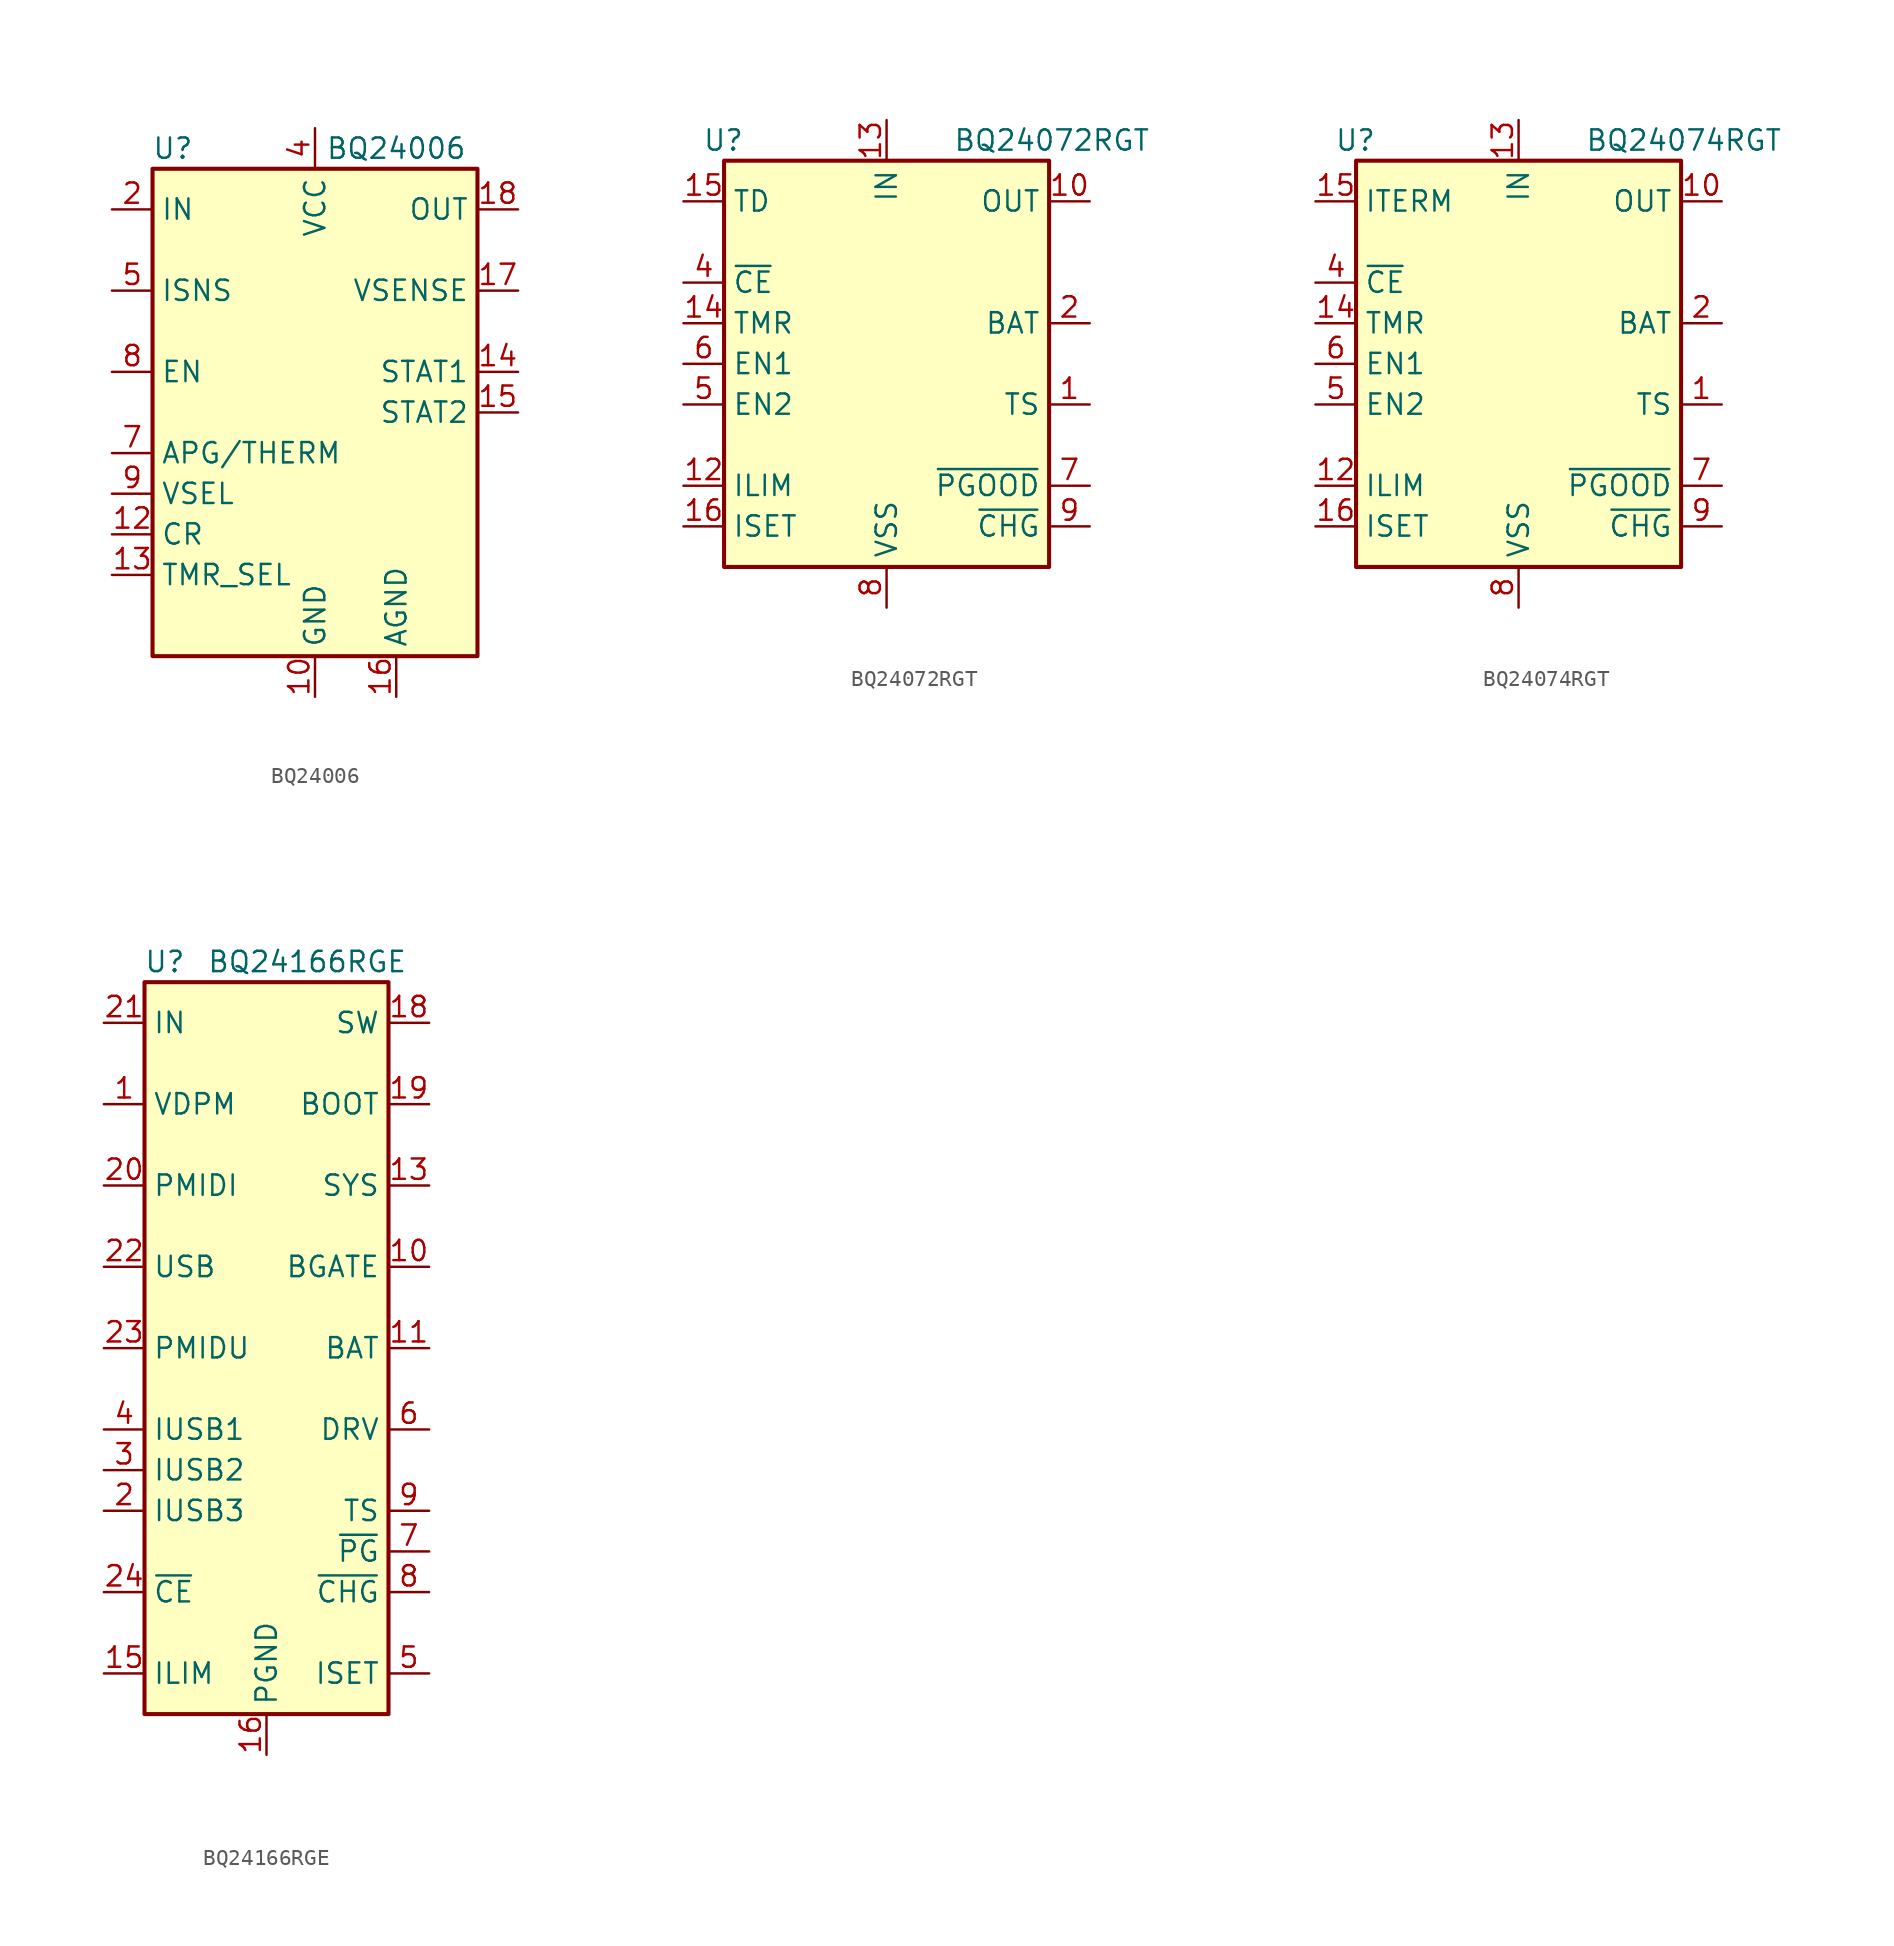
<source format=kicad_sym>
(kicad_symbol_lib
  (version 20201005)
  (generator kicad_symbol_editor)
  (symbol "Battery_Management:BQ24006"
    (property "Reference" "U"
      (at -8.89 16.51 0)
      (effects (font (size 1.27 1.27))))
    (property "Value" "BQ24006"
      (at 5.08 16.51 0)
      (effects (font (size 1.27 1.27))))
    (symbol "BQ24006_0_1"
      (rectangle (start -10.16 15.24) (end 10.16 -15.24) (stroke (width 0.254)) (fill (type background))))
    (symbol "BQ24006_1_1"
      (pin no_connect line (at 10.16 -2.54 180) (length 2.54) hide (name "N/C" (effects (font (size 1.27 1.27)))) (number "1" (effects (font (size 1.27 1.27)))))
      (pin power_in line (at 0 -17.78 90) (length 2.54) (name "GND" (effects (font (size 1.27 1.27)))) (number "10" (effects (font (size 1.27 1.27)))))
      (pin no_connect line (at 10.16 -7.62 180) (length 2.54) hide (name "N/C" (effects (font (size 1.27 1.27)))) (number "11" (effects (font (size 1.27 1.27)))))
      (pin input line (at -12.7 -7.62 0) (length 2.54) (name "CR" (effects (font (size 1.27 1.27)))) (number "12" (effects (font (size 1.27 1.27)))))
      (pin input line (at -12.7 -10.16 0) (length 2.54) (name "TMR_SEL" (effects (font (size 1.27 1.27)))) (number "13" (effects (font (size 1.27 1.27)))))
      (pin output line (at 12.7 2.54 180) (length 2.54) (name "STAT1" (effects (font (size 1.27 1.27)))) (number "14" (effects (font (size 1.27 1.27)))))
      (pin output line (at 12.7 0 180) (length 2.54) (name "STAT2" (effects (font (size 1.27 1.27)))) (number "15" (effects (font (size 1.27 1.27)))))
      (pin power_in line (at 5.08 -17.78 90) (length 2.54) (name "AGND" (effects (font (size 1.27 1.27)))) (number "16" (effects (font (size 1.27 1.27)))))
      (pin input line (at 12.7 7.62 180) (length 2.54) (name "VSENSE" (effects (font (size 1.27 1.27)))) (number "17" (effects (font (size 1.27 1.27)))))
      (pin output line (at 12.7 12.7 180) (length 2.54) (name "OUT" (effects (font (size 1.27 1.27)))) (number "18" (effects (font (size 1.27 1.27)))))
      (pin passive line (at 12.7 12.7 180) (length 2.54) hide (name "OUT" (effects (font (size 1.27 1.27)))) (number "19" (effects (font (size 1.27 1.27)))))
      (pin input line (at -12.7 12.7 0) (length 2.54) (name "IN" (effects (font (size 1.27 1.27)))) (number "2" (effects (font (size 1.27 1.27)))))
      (pin no_connect line (at 10.16 -10.16 180) (length 2.54) hide (name "N/C" (effects (font (size 1.27 1.27)))) (number "20" (effects (font (size 1.27 1.27)))))
      (pin passive line (at 0 -17.78 90) (length 2.54) hide (name "GND" (effects (font (size 1.27 1.27)))) (number "21" (effects (font (size 1.27 1.27)))))
      (pin input line (at -12.7 12.7 0) (length 2.54) hide (name "IN" (effects (font (size 1.27 1.27)))) (number "3" (effects (font (size 1.27 1.27)))))
      (pin power_in line (at 0 17.78 270) (length 2.54) (name "VCC" (effects (font (size 1.27 1.27)))) (number "4" (effects (font (size 1.27 1.27)))))
      (pin input line (at -12.7 7.62 0) (length 2.54) (name "ISNS" (effects (font (size 1.27 1.27)))) (number "5" (effects (font (size 1.27 1.27)))))
      (pin no_connect line (at 10.16 -5.08 180) (length 2.54) hide (name "N/C" (effects (font (size 1.27 1.27)))) (number "6" (effects (font (size 1.27 1.27)))))
      (pin input line (at -12.7 -2.54 0) (length 2.54) (name "APG/THERM" (effects (font (size 1.27 1.27)))) (number "7" (effects (font (size 1.27 1.27)))))
      (pin input line (at -12.7 2.54 0) (length 2.54) (name "EN" (effects (font (size 1.27 1.27)))) (number "8" (effects (font (size 1.27 1.27)))))
      (pin input line (at -12.7 -5.08 0) (length 2.54) (name "VSEL" (effects (font (size 1.27 1.27)))) (number "9" (effects (font (size 1.27 1.27)))))))
  (symbol "Battery_Management:BQ24072RGT"
    (property "Reference" "U"
      (at -8.89 13.97 0)
      (effects (font (size 1.27 1.27)) (justify right)))
    (property "Value" "BQ24072RGT"
      (at 16.51 13.97 0)
      (effects (font (size 1.27 1.27)) (justify right)))
    (symbol "BQ24072RGT_0_1"
      (rectangle (start -10.16 12.7) (end 10.16 -12.7) (stroke (width 0.254)) (fill (type background))))
    (symbol "BQ24072RGT_1_1"
      (pin passive line (at 12.7 -2.54 180) (length 2.54) (name "TS" (effects (font (size 1.27 1.27)))) (number "1" (effects (font (size 1.27 1.27)))))
      (pin power_out line (at 12.7 10.16 180) (length 2.54) (name "OUT" (effects (font (size 1.27 1.27)))) (number "10" (effects (font (size 1.27 1.27)))))
      (pin passive line (at 12.7 10.16 180) (length 2.54) hide (name "OUT" (effects (font (size 1.27 1.27)))) (number "11" (effects (font (size 1.27 1.27)))))
      (pin passive line (at -12.7 -7.62 0) (length 2.54) (name "ILIM" (effects (font (size 1.27 1.27)))) (number "12" (effects (font (size 1.27 1.27)))))
      (pin power_in line (at 0 15.24 270) (length 2.54) (name "IN" (effects (font (size 1.27 1.27)))) (number "13" (effects (font (size 1.27 1.27)))))
      (pin input line (at -12.7 2.54 0) (length 2.54) (name "TMR" (effects (font (size 1.27 1.27)))) (number "14" (effects (font (size 1.27 1.27)))))
      (pin input line (at -12.7 10.16 0) (length 2.54) (name "TD" (effects (font (size 1.27 1.27)))) (number "15" (effects (font (size 1.27 1.27)))))
      (pin passive line (at -12.7 -10.16 0) (length 2.54) (name "ISET" (effects (font (size 1.27 1.27)))) (number "16" (effects (font (size 1.27 1.27)))))
      (pin passive line (at 0 -15.24 90) (length 2.54) hide (name "VSS" (effects (font (size 1.27 1.27)))) (number "17" (effects (font (size 1.27 1.27)))))
      (pin power_out line (at 12.7 2.54 180) (length 2.54) (name "BAT" (effects (font (size 1.27 1.27)))) (number "2" (effects (font (size 1.27 1.27)))))
      (pin passive line (at 12.7 2.54 180) (length 2.54) hide (name "BAT" (effects (font (size 1.27 1.27)))) (number "3" (effects (font (size 1.27 1.27)))))
      (pin input line (at -12.7 5.08 0) (length 2.54) (name "~CE" (effects (font (size 1.27 1.27)))) (number "4" (effects (font (size 1.27 1.27)))))
      (pin input line (at -12.7 -2.54 0) (length 2.54) (name "EN2" (effects (font (size 1.27 1.27)))) (number "5" (effects (font (size 1.27 1.27)))))
      (pin input line (at -12.7 0 0) (length 2.54) (name "EN1" (effects (font (size 1.27 1.27)))) (number "6" (effects (font (size 1.27 1.27)))))
      (pin open_collector line (at 12.7 -7.62 180) (length 2.54) (name "~PGOOD" (effects (font (size 1.27 1.27)))) (number "7" (effects (font (size 1.27 1.27)))))
      (pin power_in line (at 0 -15.24 90) (length 2.54) (name "VSS" (effects (font (size 1.27 1.27)))) (number "8" (effects (font (size 1.27 1.27)))))
      (pin open_collector line (at 12.7 -10.16 180) (length 2.54) (name "~CHG" (effects (font (size 1.27 1.27)))) (number "9" (effects (font (size 1.27 1.27)))))))
  (symbol "Battery_Management:BQ24074RGT"
    (property "Reference" "U"
      (at -8.89 13.97 0)
      (effects (font (size 1.27 1.27)) (justify right)))
    (property "Value" "BQ24074RGT"
      (at 16.51 13.97 0)
      (effects (font (size 1.27 1.27)) (justify right)))
    (symbol "BQ24074RGT_0_1"
      (rectangle (start -10.16 12.7) (end 10.16 -12.7) (stroke (width 0.254)) (fill (type background))))
    (symbol "BQ24074RGT_1_1"
      (pin passive line (at 12.7 -2.54 180) (length 2.54) (name "TS" (effects (font (size 1.27 1.27)))) (number "1" (effects (font (size 1.27 1.27)))))
      (pin power_out line (at 12.7 10.16 180) (length 2.54) (name "OUT" (effects (font (size 1.27 1.27)))) (number "10" (effects (font (size 1.27 1.27)))))
      (pin passive line (at 12.7 10.16 180) (length 2.54) hide (name "OUT" (effects (font (size 1.27 1.27)))) (number "11" (effects (font (size 1.27 1.27)))))
      (pin passive line (at -12.7 -7.62 0) (length 2.54) (name "ILIM" (effects (font (size 1.27 1.27)))) (number "12" (effects (font (size 1.27 1.27)))))
      (pin power_in line (at 0 15.24 270) (length 2.54) (name "IN" (effects (font (size 1.27 1.27)))) (number "13" (effects (font (size 1.27 1.27)))))
      (pin input line (at -12.7 2.54 0) (length 2.54) (name "TMR" (effects (font (size 1.27 1.27)))) (number "14" (effects (font (size 1.27 1.27)))))
      (pin input line (at -12.7 10.16 0) (length 2.54) (name "ITERM" (effects (font (size 1.27 1.27)))) (number "15" (effects (font (size 1.27 1.27)))))
      (pin passive line (at -12.7 -10.16 0) (length 2.54) (name "ISET" (effects (font (size 1.27 1.27)))) (number "16" (effects (font (size 1.27 1.27)))))
      (pin passive line (at 0 -15.24 90) (length 2.54) hide (name "VSS" (effects (font (size 1.27 1.27)))) (number "17" (effects (font (size 1.27 1.27)))))
      (pin power_out line (at 12.7 2.54 180) (length 2.54) (name "BAT" (effects (font (size 1.27 1.27)))) (number "2" (effects (font (size 1.27 1.27)))))
      (pin passive line (at 12.7 2.54 180) (length 2.54) hide (name "BAT" (effects (font (size 1.27 1.27)))) (number "3" (effects (font (size 1.27 1.27)))))
      (pin input line (at -12.7 5.08 0) (length 2.54) (name "~CE" (effects (font (size 1.27 1.27)))) (number "4" (effects (font (size 1.27 1.27)))))
      (pin input line (at -12.7 -2.54 0) (length 2.54) (name "EN2" (effects (font (size 1.27 1.27)))) (number "5" (effects (font (size 1.27 1.27)))))
      (pin input line (at -12.7 0 0) (length 2.54) (name "EN1" (effects (font (size 1.27 1.27)))) (number "6" (effects (font (size 1.27 1.27)))))
      (pin open_collector line (at 12.7 -7.62 180) (length 2.54) (name "~PGOOD" (effects (font (size 1.27 1.27)))) (number "7" (effects (font (size 1.27 1.27)))))
      (pin power_in line (at 0 -15.24 90) (length 2.54) (name "VSS" (effects (font (size 1.27 1.27)))) (number "8" (effects (font (size 1.27 1.27)))))
      (pin open_collector line (at 12.7 -10.16 180) (length 2.54) (name "~CHG" (effects (font (size 1.27 1.27)))) (number "9" (effects (font (size 1.27 1.27)))))))
  (symbol "Battery_Management:BQ24166RGE"
    (property "Reference" "U"
      (at -6.35 24.13 0)
      (effects (font (size 1.27 1.27))))
    (property "Value" "BQ24166RGE"
      (at 2.54 24.13 0)
      (effects (font (size 1.27 1.27))))
    (symbol "BQ24166RGE_0_1"
      (rectangle (start -7.62 22.86) (end 7.62 -22.86) (stroke (width 0.254)) (fill (type background))))
    (symbol "BQ24166RGE_1_1"
      (pin input line (at -10.16 15.24 0) (length 2.54) (name "VDPM" (effects (font (size 1.27 1.27)))) (number "1" (effects (font (size 1.27 1.27)))))
      (pin output line (at 10.16 5.08 180) (length 2.54) (name "BGATE" (effects (font (size 1.27 1.27)))) (number "10" (effects (font (size 1.27 1.27)))))
      (pin passive line (at 10.16 0 180) (length 2.54) (name "BAT" (effects (font (size 1.27 1.27)))) (number "11" (effects (font (size 1.27 1.27)))))
      (pin passive line (at 10.16 0 180) (length 2.54) hide (name "BAT" (effects (font (size 1.27 1.27)))) (number "12" (effects (font (size 1.27 1.27)))))
      (pin power_out line (at 10.16 10.16 180) (length 2.54) (name "SYS" (effects (font (size 1.27 1.27)))) (number "13" (effects (font (size 1.27 1.27)))))
      (pin passive line (at 10.16 10.16 180) (length 2.54) hide (name "SYS" (effects (font (size 1.27 1.27)))) (number "14" (effects (font (size 1.27 1.27)))))
      (pin passive line (at -10.16 -20.32 0) (length 2.54) (name "ILIM" (effects (font (size 1.27 1.27)))) (number "15" (effects (font (size 1.27 1.27)))))
      (pin power_in line (at 0 -25.4 90) (length 2.54) (name "PGND" (effects (font (size 1.27 1.27)))) (number "16" (effects (font (size 1.27 1.27)))))
      (pin passive line (at 0 -25.4 90) (length 2.54) hide (name "PGND" (effects (font (size 1.27 1.27)))) (number "17" (effects (font (size 1.27 1.27)))))
      (pin passive line (at 10.16 20.32 180) (length 2.54) (name "SW" (effects (font (size 1.27 1.27)))) (number "18" (effects (font (size 1.27 1.27)))))
      (pin passive line (at 10.16 15.24 180) (length 2.54) (name "BOOT" (effects (font (size 1.27 1.27)))) (number "19" (effects (font (size 1.27 1.27)))))
      (pin passive line (at -10.16 -10.16 0) (length 2.54) (name "IUSB3" (effects (font (size 1.27 1.27)))) (number "2" (effects (font (size 1.27 1.27)))))
      (pin passive line (at -10.16 10.16 0) (length 2.54) (name "PMIDI" (effects (font (size 1.27 1.27)))) (number "20" (effects (font (size 1.27 1.27)))))
      (pin input line (at -10.16 20.32 0) (length 2.54) (name "IN" (effects (font (size 1.27 1.27)))) (number "21" (effects (font (size 1.27 1.27)))))
      (pin power_in line (at -10.16 5.08 0) (length 2.54) (name "USB" (effects (font (size 1.27 1.27)))) (number "22" (effects (font (size 1.27 1.27)))))
      (pin passive line (at -10.16 0 0) (length 2.54) (name "PMIDU" (effects (font (size 1.27 1.27)))) (number "23" (effects (font (size 1.27 1.27)))))
      (pin input line (at -10.16 -15.24 0) (length 2.54) (name "~CE" (effects (font (size 1.27 1.27)))) (number "24" (effects (font (size 1.27 1.27)))))
      (pin passive line (at 0 -25.4 90) (length 2.54) hide (name "PGND" (effects (font (size 1.27 1.27)))) (number "25" (effects (font (size 1.27 1.27)))))
      (pin passive line (at -10.16 -7.62 0) (length 2.54) (name "IUSB2" (effects (font (size 1.27 1.27)))) (number "3" (effects (font (size 1.27 1.27)))))
      (pin passive line (at -10.16 -5.08 0) (length 2.54) (name "IUSB1" (effects (font (size 1.27 1.27)))) (number "4" (effects (font (size 1.27 1.27)))))
      (pin passive line (at 10.16 -20.32 180) (length 2.54) (name "ISET" (effects (font (size 1.27 1.27)))) (number "5" (effects (font (size 1.27 1.27)))))
      (pin output line (at 10.16 -5.08 180) (length 2.54) (name "DRV" (effects (font (size 1.27 1.27)))) (number "6" (effects (font (size 1.27 1.27)))))
      (pin open_collector line (at 10.16 -12.7 180) (length 2.54) (name "~PG" (effects (font (size 1.27 1.27)))) (number "7" (effects (font (size 1.27 1.27)))))
      (pin open_collector line (at 10.16 -15.24 180) (length 2.54) (name "~CHG" (effects (font (size 1.27 1.27)))) (number "8" (effects (font (size 1.27 1.27)))))
      (pin passive line (at 10.16 -10.16 180) (length 2.54) (name "TS" (effects (font (size 1.27 1.27)))) (number "9" (effects (font (size 1.27 1.27))))))))
</source>
